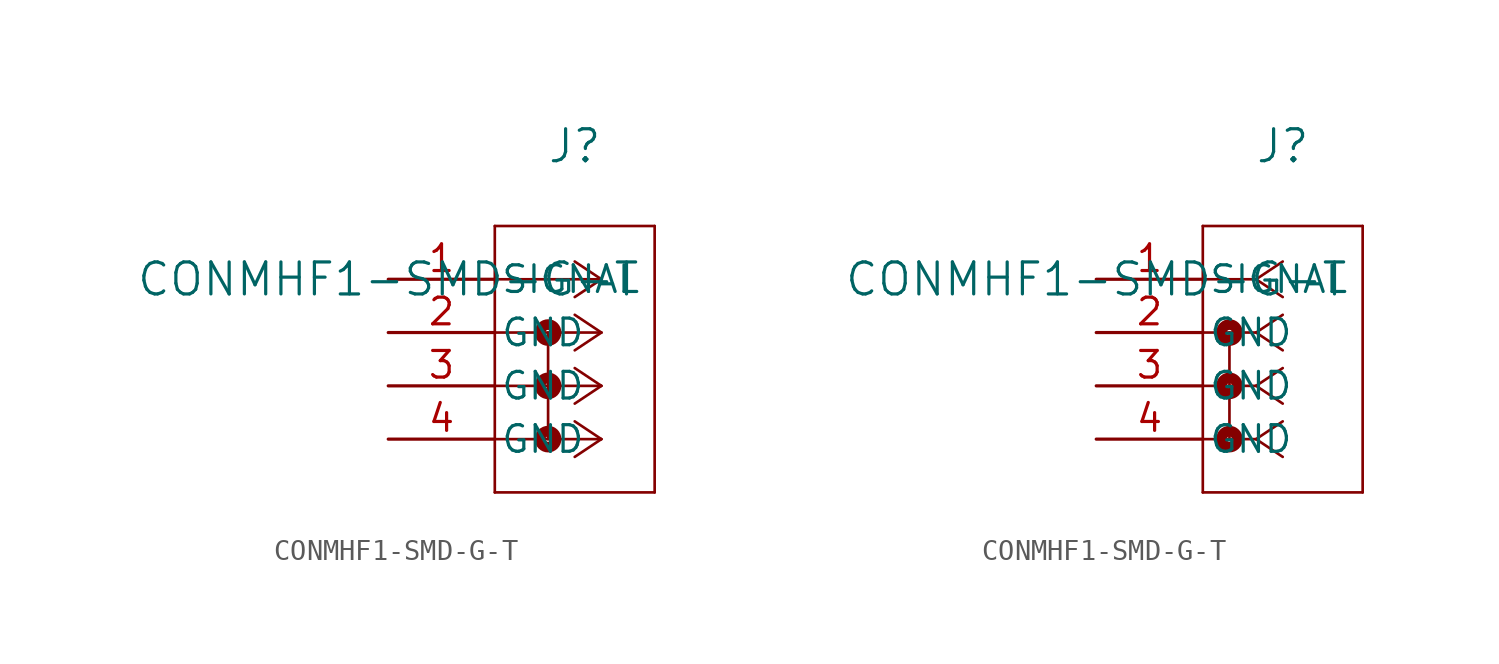
<source format=kicad_sym>
(kicad_symbol_lib
  (version 20211014)
  (generator kicad_symbol_editor)
  (symbol "CONMHF1-SMD-G-T"
    (pin_names
      (offset 0.254))
    (property "Reference" "J"
      (at 8.89 6.35 0)
      (effects (font (size 1.524 1.524))))
    (property "Value" "CONMHF1-SMD-G-T"
      (at 0 0 0)
      (effects (font (size 1.524 1.524))))
    (symbol "CONMHF1-SMD-G-T_1_1"
      (polyline (pts (xy 10.16 0) (xy 5.08 0)) (stroke (width 0.127) (type default) (color 0 0 0 0)) (fill (type none)))
      (polyline (pts (xy 10.16 -2.54) (xy 5.08 -2.54)) (stroke (width 0.127) (type default) (color 0 0 0 0)) (fill (type none)))
      (polyline (pts (xy 10.16 -5.08) (xy 5.08 -5.08)) (stroke (width 0.127) (type default) (color 0 0 0 0)) (fill (type none)))
      (polyline (pts (xy 10.16 -7.62) (xy 5.08 -7.62)) (stroke (width 0.127) (type default) (color 0 0 0 0)) (fill (type none)))
      (polyline (pts (xy 10.16 0) (xy 8.89 0.847)) (stroke (width 0.127) (type default) (color 0 0 0 0)) (fill (type none)))
      (polyline (pts (xy 10.16 -2.54) (xy 8.89 -1.693)) (stroke (width 0.127) (type default) (color 0 0 0 0)) (fill (type none)))
      (polyline (pts (xy 10.16 -5.08) (xy 8.89 -4.233)) (stroke (width 0.127) (type default) (color 0 0 0 0)) (fill (type none)))
      (polyline (pts (xy 10.16 -7.62) (xy 8.89 -6.773)) (stroke (width 0.127) (type default) (color 0 0 0 0)) (fill (type none)))
      (polyline (pts (xy 10.16 0) (xy 8.89 -0.847)) (stroke (width 0.127) (type default) (color 0 0 0 0)) (fill (type none)))
      (polyline (pts (xy 10.16 -2.54) (xy 8.89 -3.387)) (stroke (width 0.127) (type default) (color 0 0 0 0)) (fill (type none)))
      (polyline (pts (xy 10.16 -5.08) (xy 8.89 -5.927)) (stroke (width 0.127) (type default) (color 0 0 0 0)) (fill (type none)))
      (polyline (pts (xy 10.16 -7.62) (xy 8.89 -8.467)) (stroke (width 0.127) (type default) (color 0 0 0 0)) (fill (type none)))
      (polyline (pts (xy 5.08 2.54) (xy 5.08 -10.16)) (stroke (width 0.127) (type default) (color 0 0 0 0)) (fill (type none)))
      (polyline (pts (xy 5.08 -10.16) (xy 12.7 -10.16)) (stroke (width 0.127) (type default) (color 0 0 0 0)) (fill (type none)))
      (polyline (pts (xy 12.7 -10.16) (xy 12.7 2.54)) (stroke (width 0.127) (type default) (color 0 0 0 0)) (fill (type none)))
      (polyline (pts (xy 12.7 2.54) (xy 5.08 2.54)) (stroke (width 0.127) (type default) (color 0 0 0 0)) (fill (type none)))
      (circle (center 7.62 -2.54) (radius 0.127) (stroke (width 0.508) (type default) (color 0 0 0 0)) (fill (type none)))
      (polyline (pts (xy 7.62 -2.54) (xy 7.62 -7.62)) (stroke (width 0.127) (type default) (color 0 0 0 0)) (fill (type none)))
      (circle (center 7.62 -7.62) (radius 0.127) (stroke (width 0.508) (type default) (color 0 0 0 0)) (fill (type none)))
      (circle (center 7.62 -5.08) (radius 0.127) (stroke (width 0.508) (type default) (color 0 0 0 0)) (fill (type none)))
      (pin unspecified line (at 0 0 0) (length 5.08) (name "SIGNAL" (effects (font (size 1.27 1.27)))) (number "1" (effects (font (size 1.27 1.27)))))
      (pin unspecified line (at 0 -2.54 0) (length 5.08) (name "GND" (effects (font (size 1.27 1.27)))) (number "2" (effects (font (size 1.27 1.27)))))
      (pin unspecified line (at 0 -5.08 0) (length 5.08) (name "GND" (effects (font (size 1.27 1.27)))) (number "3" (effects (font (size 1.27 1.27)))))
      (pin unspecified line (at 0 -7.62 0) (length 5.08) (name "GND" (effects (font (size 1.27 1.27)))) (number "4" (effects (font (size 1.27 1.27))))))
    (symbol "CONMHF1-SMD-G-T_1_2"
      (polyline (pts (xy 7.62 0) (xy 5.08 0)) (stroke (width 0.127) (type default) (color 0 0 0 0)) (fill (type none)))
      (polyline (pts (xy 7.62 -2.54) (xy 5.08 -2.54)) (stroke (width 0.127) (type default) (color 0 0 0 0)) (fill (type none)))
      (polyline (pts (xy 7.62 -5.08) (xy 5.08 -5.08)) (stroke (width 0.127) (type default) (color 0 0 0 0)) (fill (type none)))
      (polyline (pts (xy 7.62 -7.62) (xy 5.08 -7.62)) (stroke (width 0.127) (type default) (color 0 0 0 0)) (fill (type none)))
      (polyline (pts (xy 7.62 0) (xy 8.89 0.847)) (stroke (width 0.127) (type default) (color 0 0 0 0)) (fill (type none)))
      (polyline (pts (xy 7.62 -2.54) (xy 8.89 -1.693)) (stroke (width 0.127) (type default) (color 0 0 0 0)) (fill (type none)))
      (polyline (pts (xy 7.62 -5.08) (xy 8.89 -4.233)) (stroke (width 0.127) (type default) (color 0 0 0 0)) (fill (type none)))
      (polyline (pts (xy 7.62 -7.62) (xy 8.89 -6.773)) (stroke (width 0.127) (type default) (color 0 0 0 0)) (fill (type none)))
      (polyline (pts (xy 7.62 0) (xy 8.89 -0.847)) (stroke (width 0.127) (type default) (color 0 0 0 0)) (fill (type none)))
      (polyline (pts (xy 7.62 -2.54) (xy 8.89 -3.387)) (stroke (width 0.127) (type default) (color 0 0 0 0)) (fill (type none)))
      (polyline (pts (xy 7.62 -5.08) (xy 8.89 -5.927)) (stroke (width 0.127) (type default) (color 0 0 0 0)) (fill (type none)))
      (polyline (pts (xy 7.62 -7.62) (xy 8.89 -8.467)) (stroke (width 0.127) (type default) (color 0 0 0 0)) (fill (type none)))
      (polyline (pts (xy 5.08 2.54) (xy 5.08 -10.16)) (stroke (width 0.127) (type default) (color 0 0 0 0)) (fill (type none)))
      (polyline (pts (xy 5.08 -10.16) (xy 12.7 -10.16)) (stroke (width 0.127) (type default) (color 0 0 0 0)) (fill (type none)))
      (polyline (pts (xy 12.7 -10.16) (xy 12.7 2.54)) (stroke (width 0.127) (type default) (color 0 0 0 0)) (fill (type none)))
      (polyline (pts (xy 12.7 2.54) (xy 5.08 2.54)) (stroke (width 0.127) (type default) (color 0 0 0 0)) (fill (type none)))
      (circle (center 6.35 -2.54) (radius 0.127) (stroke (width 0.508) (type default) (color 0 0 0 0)) (fill (type none)))
      (polyline (pts (xy 6.35 -2.54) (xy 6.35 -7.62)) (stroke (width 0.127) (type default) (color 0 0 0 0)) (fill (type none)))
      (circle (center 6.35 -7.62) (radius 0.127) (stroke (width 0.508) (type default) (color 0 0 0 0)) (fill (type none)))
      (circle (center 6.35 -5.08) (radius 0.127) (stroke (width 0.508) (type default) (color 0 0 0 0)) (fill (type none)))
      (pin unspecified line (at 0 0 0) (length 5.08) (name "SIGNAL" (effects (font (size 1.27 1.27)))) (number "1" (effects (font (size 1.27 1.27)))))
      (pin unspecified line (at 0 -2.54 0) (length 5.08) (name "GND" (effects (font (size 1.27 1.27)))) (number "2" (effects (font (size 1.27 1.27)))))
      (pin unspecified line (at 0 -5.08 0) (length 5.08) (name "GND" (effects (font (size 1.27 1.27)))) (number "3" (effects (font (size 1.27 1.27)))))
      (pin unspecified line (at 0 -7.62 0) (length 5.08) (name "GND" (effects (font (size 1.27 1.27)))) (number "4" (effects (font (size 1.27 1.27))))))))
</source>
